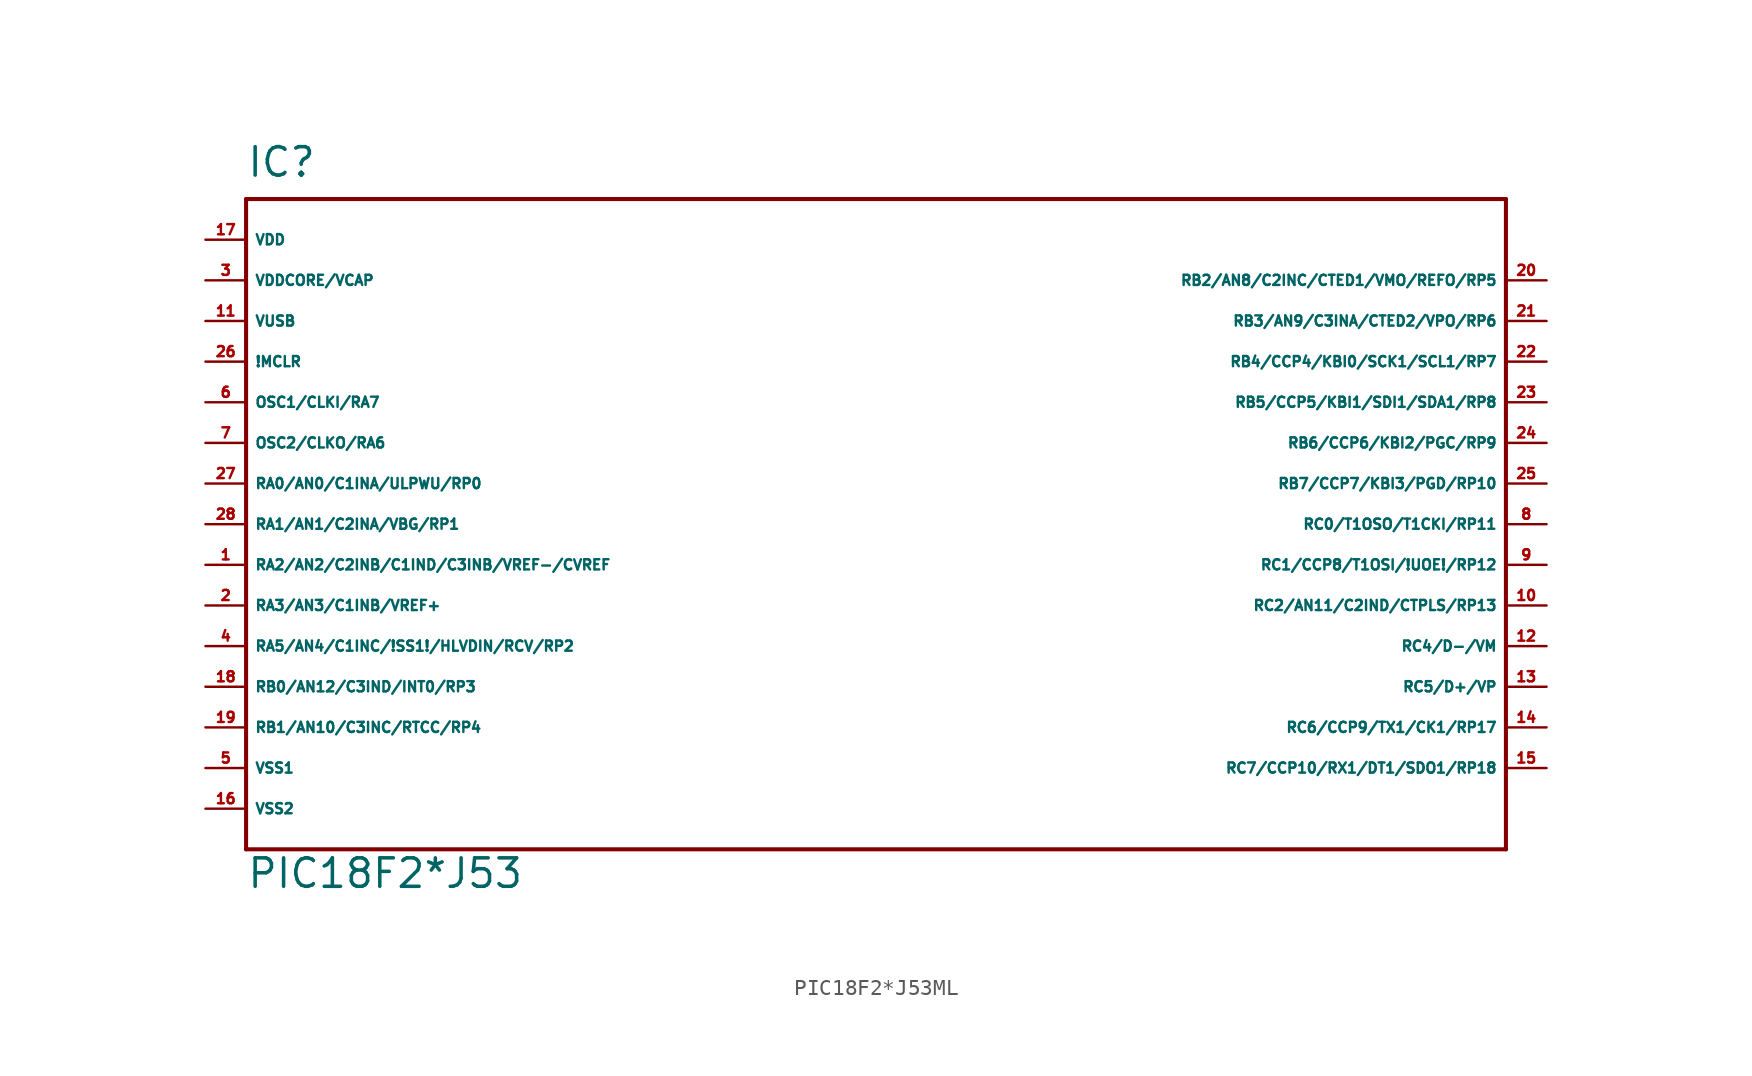
<source format=kicad_sym>
(kicad_symbol_lib
  (version 20220914)
  (generator Eagle2Kicad)
  (symbol "PIC18F2*J53ML"
    (property "Reference" "IC"
      (at -38.1 21.59 0)
      (effects (font (size 1.778 1.778) (thickness 0.22)) (justify left bottom)))
    (property "Value" "PIC18F2*J53"
      (at -38.1 -22.86 0)
      (effects (font (size 1.778 1.778) (thickness 0.22)) (justify left bottom)))
    (polyline
      (pts (xy -38.1 20.32) (xy 40.64 20.32))
      (stroke (width 0.254) (type default))
      (fill (type none)))
    (polyline
      (pts (xy 40.64 20.32) (xy 40.64 -20.32))
      (stroke (width 0.254) (type default))
      (fill (type none)))
    (polyline
      (pts (xy 40.64 -20.32) (xy -38.1 -20.32))
      (stroke (width 0.254) (type default))
      (fill (type none)))
    (polyline
      (pts (xy -38.1 -20.32) (xy -38.1 20.32))
      (stroke (width 0.254) (type default))
      (fill (type none)))
    (pin input line
      (at -40.64 10.16 0)
      (length 2.54)
      (name "!MCLR" (effects (font (size 0.635 0.635) (thickness 0.08)) (justify left bottom)))
      (number "26" (effects (font (size 0.635 0.635) (thickness 0.08)) (justify left bottom))))
    (pin bidirectional line
      (at -40.64 7.62 0)
      (length 2.54)
      (name "OSC1/CLKI/RA7" (effects (font (size 0.635 0.635) (thickness 0.08)) (justify left bottom)))
      (number "6" (effects (font (size 0.635 0.635) (thickness 0.08)) (justify left bottom))))
    (pin bidirectional line
      (at -40.64 5.08 0)
      (length 2.54)
      (name "OSC2/CLKO/RA6" (effects (font (size 0.635 0.635) (thickness 0.08)) (justify left bottom)))
      (number "7" (effects (font (size 0.635 0.635) (thickness 0.08)) (justify left bottom))))
    (pin bidirectional line
      (at -40.64 2.54 0)
      (length 2.54)
      (name "RA0/AN0/C1INA/ULPWU/RP0" (effects (font (size 0.635 0.635) (thickness 0.08)) (justify left bottom)))
      (number "27" (effects (font (size 0.635 0.635) (thickness 0.08)) (justify left bottom))))
    (pin bidirectional line
      (at -40.64 0 0)
      (length 2.54)
      (name "RA1/AN1/C2INA/VBG/RP1" (effects (font (size 0.635 0.635) (thickness 0.08)) (justify left bottom)))
      (number "28" (effects (font (size 0.635 0.635) (thickness 0.08)) (justify left bottom))))
    (pin bidirectional line
      (at -40.64 -2.54 0)
      (length 2.54)
      (name "RA2/AN2/C2INB/C1IND/C3INB/VREF-/CVREF" (effects (font (size 0.635 0.635) (thickness 0.08)) (justify left bottom)))
      (number "1" (effects (font (size 0.635 0.635) (thickness 0.08)) (justify left bottom))))
    (pin bidirectional line
      (at -40.64 -5.08 0)
      (length 2.54)
      (name "RA3/AN3/C1INB/VREF+" (effects (font (size 0.635 0.635) (thickness 0.08)) (justify left bottom)))
      (number "2" (effects (font (size 0.635 0.635) (thickness 0.08)) (justify left bottom))))
    (pin bidirectional line
      (at -40.64 -7.62 0)
      (length 2.54)
      (name "RA5/AN4/C1INC/!SS1!/HLVDIN/RCV/RP2" (effects (font (size 0.635 0.635) (thickness 0.08)) (justify left bottom)))
      (number "4" (effects (font (size 0.635 0.635) (thickness 0.08)) (justify left bottom))))
    (pin bidirectional line
      (at -40.64 -10.16 0)
      (length 2.54)
      (name "RB0/AN12/C3IND/INT0/RP3" (effects (font (size 0.635 0.635) (thickness 0.08)) (justify left bottom)))
      (number "18" (effects (font (size 0.635 0.635) (thickness 0.08)) (justify left bottom))))
    (pin bidirectional line
      (at -40.64 -12.7 0)
      (length 2.54)
      (name "RB1/AN10/C3INC/RTCC/RP4" (effects (font (size 0.635 0.635) (thickness 0.08)) (justify left bottom)))
      (number "19" (effects (font (size 0.635 0.635) (thickness 0.08)) (justify left bottom))))
    (pin bidirectional line
      (at 43.18 15.24 180)
      (length 2.54)
      (name "RB2/AN8/C2INC/CTED1/VMO/REFO/RP5" (effects (font (size 0.635 0.635) (thickness 0.08)) (justify left bottom)))
      (number "20" (effects (font (size 0.635 0.635) (thickness 0.08)) (justify left bottom))))
    (pin bidirectional line
      (at 43.18 12.7 180)
      (length 2.54)
      (name "RB3/AN9/C3INA/CTED2/VPO/RP6" (effects (font (size 0.635 0.635) (thickness 0.08)) (justify left bottom)))
      (number "21" (effects (font (size 0.635 0.635) (thickness 0.08)) (justify left bottom))))
    (pin bidirectional line
      (at 43.18 10.16 180)
      (length 2.54)
      (name "RB4/CCP4/KBI0/SCK1/SCL1/RP7" (effects (font (size 0.635 0.635) (thickness 0.08)) (justify left bottom)))
      (number "22" (effects (font (size 0.635 0.635) (thickness 0.08)) (justify left bottom))))
    (pin bidirectional line
      (at 43.18 7.62 180)
      (length 2.54)
      (name "RB5/CCP5/KBI1/SDI1/SDA1/RP8" (effects (font (size 0.635 0.635) (thickness 0.08)) (justify left bottom)))
      (number "23" (effects (font (size 0.635 0.635) (thickness 0.08)) (justify left bottom))))
    (pin bidirectional line
      (at 43.18 5.08 180)
      (length 2.54)
      (name "RB6/CCP6/KBI2/PGC/RP9" (effects (font (size 0.635 0.635) (thickness 0.08)) (justify left bottom)))
      (number "24" (effects (font (size 0.635 0.635) (thickness 0.08)) (justify left bottom))))
    (pin bidirectional line
      (at 43.18 2.54 180)
      (length 2.54)
      (name "RB7/CCP7/KBI3/PGD/RP10" (effects (font (size 0.635 0.635) (thickness 0.08)) (justify left bottom)))
      (number "25" (effects (font (size 0.635 0.635) (thickness 0.08)) (justify left bottom))))
    (pin bidirectional line
      (at 43.18 0 180)
      (length 2.54)
      (name "RC0/T1OSO/T1CKI/RP11" (effects (font (size 0.635 0.635) (thickness 0.08)) (justify left bottom)))
      (number "8" (effects (font (size 0.635 0.635) (thickness 0.08)) (justify left bottom))))
    (pin bidirectional line
      (at 43.18 -2.54 180)
      (length 2.54)
      (name "RC1/CCP8/T1OSI/!UOE!/RP12" (effects (font (size 0.635 0.635) (thickness 0.08)) (justify left bottom)))
      (number "9" (effects (font (size 0.635 0.635) (thickness 0.08)) (justify left bottom))))
    (pin bidirectional line
      (at 43.18 -5.08 180)
      (length 2.54)
      (name "RC2/AN11/C2IND/CTPLS/RP13" (effects (font (size 0.635 0.635) (thickness 0.08)) (justify left bottom)))
      (number "10" (effects (font (size 0.635 0.635) (thickness 0.08)) (justify left bottom))))
    (pin bidirectional line
      (at 43.18 -7.62 180)
      (length 2.54)
      (name "RC4/D-/VM" (effects (font (size 0.635 0.635) (thickness 0.08)) (justify left bottom)))
      (number "12" (effects (font (size 0.635 0.635) (thickness 0.08)) (justify left bottom))))
    (pin bidirectional line
      (at 43.18 -10.16 180)
      (length 2.54)
      (name "RC5/D+/VP" (effects (font (size 0.635 0.635) (thickness 0.08)) (justify left bottom)))
      (number "13" (effects (font (size 0.635 0.635) (thickness 0.08)) (justify left bottom))))
    (pin bidirectional line
      (at 43.18 -12.7 180)
      (length 2.54)
      (name "RC6/CCP9/TX1/CK1/RP17" (effects (font (size 0.635 0.635) (thickness 0.08)) (justify left bottom)))
      (number "14" (effects (font (size 0.635 0.635) (thickness 0.08)) (justify left bottom))))
    (pin bidirectional line
      (at 43.18 -15.24 180)
      (length 2.54)
      (name "RC7/CCP10/RX1/DT1/SDO1/RP18" (effects (font (size 0.635 0.635) (thickness 0.08)) (justify left bottom)))
      (number "15" (effects (font (size 0.635 0.635) (thickness 0.08)) (justify left bottom))))
    (pin input line
      (at -40.64 -15.24 0)
      (length 2.54)
      (name "VSS1" (effects (font (size 0.635 0.635) (thickness 0.08)) (justify left bottom)))
      (number "5" (effects (font (size 0.635 0.635) (thickness 0.08)) (justify left bottom))))
    (pin input line
      (at -40.64 -17.78 0)
      (length 2.54)
      (name "VSS2" (effects (font (size 0.635 0.635) (thickness 0.08)) (justify left bottom)))
      (number "16" (effects (font (size 0.635 0.635) (thickness 0.08)) (justify left bottom))))
    (pin input line
      (at -40.64 17.78 0)
      (length 2.54)
      (name "VDD" (effects (font (size 0.635 0.635) (thickness 0.08)) (justify left bottom)))
      (number "17" (effects (font (size 0.635 0.635) (thickness 0.08)) (justify left bottom))))
    (pin input line
      (at -40.64 15.24 0)
      (length 2.54)
      (name "VDDCORE/VCAP" (effects (font (size 0.635 0.635) (thickness 0.08)) (justify left bottom)))
      (number "3" (effects (font (size 0.635 0.635) (thickness 0.08)) (justify left bottom))))
    (pin input line
      (at -40.64 12.7 0)
      (length 2.54)
      (name "VUSB" (effects (font (size 0.635 0.635) (thickness 0.08)) (justify left bottom)))
      (number "11" (effects (font (size 0.635 0.635) (thickness 0.08)) (justify left bottom))))))
</source>
